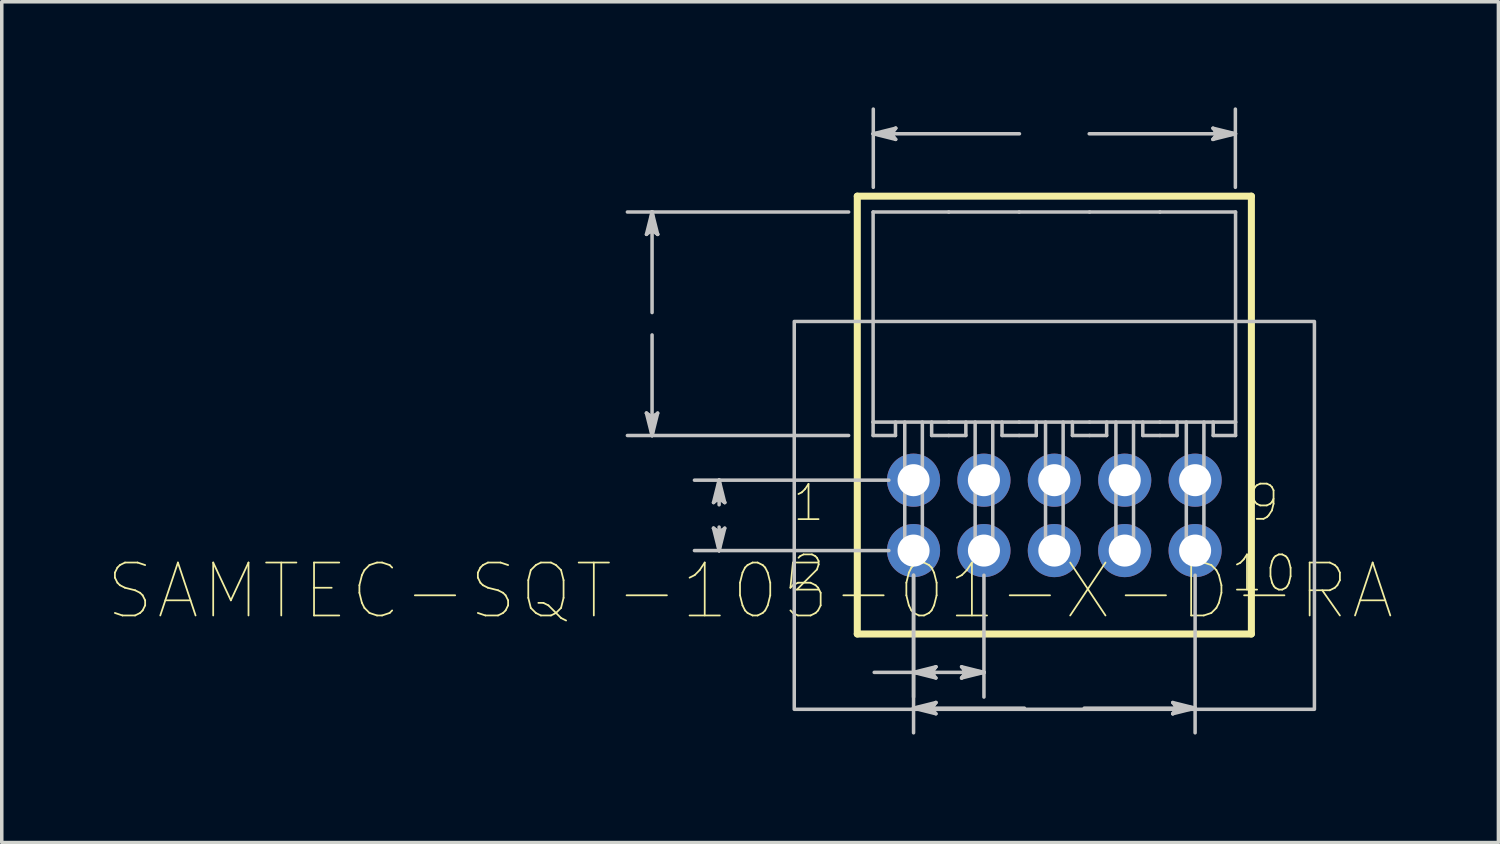
<source format=kicad_pcb>
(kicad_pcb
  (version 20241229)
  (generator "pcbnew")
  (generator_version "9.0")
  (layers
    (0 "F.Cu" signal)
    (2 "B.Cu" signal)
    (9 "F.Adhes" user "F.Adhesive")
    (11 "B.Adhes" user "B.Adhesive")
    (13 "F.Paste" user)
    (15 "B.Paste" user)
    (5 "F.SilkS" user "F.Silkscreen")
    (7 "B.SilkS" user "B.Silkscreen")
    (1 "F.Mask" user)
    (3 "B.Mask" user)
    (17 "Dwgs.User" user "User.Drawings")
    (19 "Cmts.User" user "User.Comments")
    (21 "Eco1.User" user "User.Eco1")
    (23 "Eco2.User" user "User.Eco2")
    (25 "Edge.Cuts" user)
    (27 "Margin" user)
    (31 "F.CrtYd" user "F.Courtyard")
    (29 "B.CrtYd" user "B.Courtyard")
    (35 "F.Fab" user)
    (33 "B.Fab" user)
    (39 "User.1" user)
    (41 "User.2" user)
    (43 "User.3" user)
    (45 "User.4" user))
  (footprint "SAMTEC-SQT-105-01-X-D-RA"
    (layer "F.Cu")
    (at 26.908 6.149)
    (property "Reference" "SAMTEC-SQT-105-01-X-D-RA" (at -8.645 7.596 0) (layer "F.SilkS") (effects (font (size 1.504 1.504) (thickness 0.05))))
    (attr through_hole)
    (fp_circle (center -4 4.445) (end -3.194 4.445) (stroke (width 0) (type solid)) (fill yes) (layer "F.Mask"))
    (fp_circle (center -4 6.445) (end -3.194 6.445) (stroke (width 0) (type solid)) (fill yes) (layer "F.Mask"))
    (fp_circle (center -2 4.445) (end -1.194 4.445) (stroke (width 0) (type solid)) (fill yes) (layer "F.Mask"))
    (fp_circle (center -2 6.445) (end -1.194 6.445) (stroke (width 0) (type solid)) (fill yes) (layer "F.Mask"))
    (fp_circle (center 0 4.445) (end 0.806 4.445) (stroke (width 0) (type solid)) (fill yes) (layer "F.Mask"))
    (fp_circle (center 0 6.445) (end 0.806 6.445) (stroke (width 0) (type solid)) (fill yes) (layer "F.Mask"))
    (fp_circle (center 2 4.445) (end 2.806 4.445) (stroke (width 0) (type solid)) (fill yes) (layer "F.Mask"))
    (fp_circle (center 2 6.445) (end 2.806 6.445) (stroke (width 0) (type solid)) (fill yes) (layer "F.Mask"))
    (fp_circle (center 4 4.445) (end 4.806 4.445) (stroke (width 0) (type solid)) (fill yes) (layer "F.Mask"))
    (fp_circle (center 4 6.445) (end 4.806 6.445) (stroke (width 0) (type solid)) (fill yes) (layer "F.Mask"))
    (fp_circle (center -4 4.445) (end -3.194 4.445) (stroke (width 0) (type solid)) (fill yes) (layer "B.Mask"))
    (fp_circle (center -4 6.445) (end -3.194 6.445) (stroke (width 0) (type solid)) (fill yes) (layer "B.Mask"))
    (fp_circle (center -2 4.445) (end -1.194 4.445) (stroke (width 0) (type solid)) (fill yes) (layer "B.Mask"))
    (fp_circle (center -2 6.445) (end -1.194 6.445) (stroke (width 0) (type solid)) (fill yes) (layer "B.Mask"))
    (fp_circle (center 0 4.445) (end 0.806 4.445) (stroke (width 0) (type solid)) (fill yes) (layer "B.Mask"))
    (fp_circle (center 0 6.445) (end 0.806 6.445) (stroke (width 0) (type solid)) (fill yes) (layer "B.Mask"))
    (fp_circle (center 2 4.445) (end 2.806 4.445) (stroke (width 0) (type solid)) (fill yes) (layer "B.Mask"))
    (fp_circle (center 2 6.445) (end 2.806 6.445) (stroke (width 0) (type solid)) (fill yes) (layer "B.Mask"))
    (fp_circle (center 4 4.445) (end 4.806 4.445) (stroke (width 0) (type solid)) (fill yes) (layer "B.Mask"))
    (fp_circle (center 4 6.445) (end 4.806 6.445) (stroke (width 0) (type solid)) (fill yes) (layer "B.Mask"))
    (fp_line (start -5.599 -3.625) (end -5.599 8.815) (stroke (width 0.2) (type solid)) (layer "F.SilkS"))
    (fp_line (start -5.599 8.815) (end 5.599 8.815) (stroke (width 0.2) (type solid)) (layer "F.SilkS"))
    (fp_line (start 5.599 -3.625) (end -5.599 -3.625) (stroke (width 0.2) (type solid)) (layer "F.SilkS"))
    (fp_line (start 5.599 8.815) (end 5.599 -3.625) (stroke (width 0.2) (type solid)) (layer "F.SilkS"))
    (fp_poly (pts (xy -4.255 7.425) (xy -4.255 8.415) (xy -3.745 8.415) (xy -3.745 7.425) (xy -3.745 7.414) (xy -3.743 7.402) (xy -3.741 7.391) (xy -3.737 7.381) (xy -3.733 7.37) (xy -3.728 7.36) (xy -3.721 7.35) (xy -3.715 7.341) (xy -3.707 7.333) (xy -3.699 7.325) (xy -3.69 7.318) (xy -3.68 7.312) (xy -3.67 7.307) (xy -3.659 7.303) (xy -3.649 7.299) (xy -3.638 7.297) (xy -3.626 7.295) (xy -3.615 7.295) (xy -3.15 7.295) (xy -3.15 5.595) (xy -4.85 5.595) (xy -4.85 7.295) (xy -4.385 7.295) (xy -4.374 7.295) (xy -4.362 7.297) (xy -4.351 7.299) (xy -4.341 7.303) (xy -4.33 7.307) (xy -4.32 7.312) (xy -4.31 7.319) (xy -4.301 7.325) (xy -4.293 7.333) (xy -4.285 7.341) (xy -4.278 7.35) (xy -4.272 7.36) (xy -4.267 7.37) (xy -4.263 7.381) (xy -4.259 7.391) (xy -4.257 7.402) (xy -4.255 7.414) (xy -4.255 7.425)) (stroke (width 0) (type solid)) (fill yes) (layer "F.Paste"))
    (fp_poly (pts (xy -3.745 3.465) (xy -3.745 2.475) (xy -4.255 2.475) (xy -4.255 3.465) (xy -4.255 3.476) (xy -4.257 3.488) (xy -4.259 3.499) (xy -4.263 3.509) (xy -4.267 3.52) (xy -4.272 3.53) (xy -4.279 3.54) (xy -4.285 3.549) (xy -4.293 3.557) (xy -4.301 3.565) (xy -4.31 3.572) (xy -4.32 3.578) (xy -4.33 3.583) (xy -4.341 3.587) (xy -4.351 3.591) (xy -4.362 3.593) (xy -4.374 3.595) (xy -4.385 3.595) (xy -4.85 3.595) (xy -4.85 5.295) (xy -3.15 5.295) (xy -3.15 3.595) (xy -3.615 3.595) (xy -3.626 3.595) (xy -3.638 3.593) (xy -3.649 3.591) (xy -3.659 3.587) (xy -3.67 3.583) (xy -3.68 3.578) (xy -3.69 3.571) (xy -3.699 3.565) (xy -3.707 3.557) (xy -3.715 3.549) (xy -3.721 3.54) (xy -3.728 3.53) (xy -3.733 3.52) (xy -3.737 3.509) (xy -3.741 3.499) (xy -3.743 3.488) (xy -3.745 3.476) (xy -3.745 3.465)) (stroke (width 0) (type solid)) (fill yes) (layer "F.Paste"))
    (fp_poly (pts (xy -2.255 7.425) (xy -2.255 8.415) (xy -1.745 8.415) (xy -1.745 7.425) (xy -1.745 7.414) (xy -1.743 7.402) (xy -1.741 7.391) (xy -1.737 7.381) (xy -1.733 7.37) (xy -1.728 7.36) (xy -1.721 7.35) (xy -1.715 7.341) (xy -1.707 7.333) (xy -1.699 7.325) (xy -1.69 7.318) (xy -1.68 7.312) (xy -1.67 7.307) (xy -1.659 7.303) (xy -1.649 7.299) (xy -1.638 7.297) (xy -1.626 7.295) (xy -1.615 7.295) (xy -1.15 7.295) (xy -1.15 5.595) (xy -2.85 5.595) (xy -2.85 7.295) (xy -2.385 7.295) (xy -2.374 7.295) (xy -2.362 7.297) (xy -2.351 7.299) (xy -2.341 7.303) (xy -2.33 7.307) (xy -2.32 7.312) (xy -2.31 7.319) (xy -2.301 7.325) (xy -2.293 7.333) (xy -2.285 7.341) (xy -2.278 7.35) (xy -2.272 7.36) (xy -2.267 7.37) (xy -2.263 7.381) (xy -2.259 7.391) (xy -2.257 7.402) (xy -2.255 7.414) (xy -2.255 7.425)) (stroke (width 0) (type solid)) (fill yes) (layer "F.Paste"))
    (fp_poly (pts (xy -1.745 3.465) (xy -1.745 2.475) (xy -2.255 2.475) (xy -2.255 3.465) (xy -2.255 3.476) (xy -2.257 3.488) (xy -2.259 3.499) (xy -2.263 3.509) (xy -2.267 3.52) (xy -2.272 3.53) (xy -2.279 3.54) (xy -2.285 3.549) (xy -2.293 3.557) (xy -2.301 3.565) (xy -2.31 3.572) (xy -2.32 3.578) (xy -2.33 3.583) (xy -2.341 3.587) (xy -2.351 3.591) (xy -2.362 3.593) (xy -2.374 3.595) (xy -2.385 3.595) (xy -2.85 3.595) (xy -2.85 5.295) (xy -1.15 5.295) (xy -1.15 3.595) (xy -1.615 3.595) (xy -1.626 3.595) (xy -1.638 3.593) (xy -1.649 3.591) (xy -1.659 3.587) (xy -1.67 3.583) (xy -1.68 3.578) (xy -1.69 3.571) (xy -1.699 3.565) (xy -1.707 3.557) (xy -1.715 3.549) (xy -1.722 3.54) (xy -1.728 3.53) (xy -1.733 3.52) (xy -1.737 3.509) (xy -1.741 3.499) (xy -1.743 3.488) (xy -1.745 3.476) (xy -1.745 3.465)) (stroke (width 0) (type solid)) (fill yes) (layer "F.Paste"))
    (fp_poly (pts (xy -0.255 7.425) (xy -0.255 8.415) (xy 0.255 8.415) (xy 0.255 7.425) (xy 0.255 7.414) (xy 0.257 7.402) (xy 0.259 7.391) (xy 0.263 7.381) (xy 0.267 7.37) (xy 0.272 7.36) (xy 0.279 7.35) (xy 0.285 7.341) (xy 0.293 7.333) (xy 0.301 7.325) (xy 0.31 7.318) (xy 0.32 7.312) (xy 0.33 7.307) (xy 0.341 7.303) (xy 0.351 7.299) (xy 0.362 7.297) (xy 0.374 7.295) (xy 0.385 7.295) (xy 0.85 7.295) (xy 0.85 5.595) (xy -0.85 5.595) (xy -0.85 7.295) (xy -0.385 7.295) (xy -0.374 7.295) (xy -0.362 7.297) (xy -0.351 7.299) (xy -0.341 7.303) (xy -0.33 7.307) (xy -0.32 7.312) (xy -0.31 7.319) (xy -0.301 7.325) (xy -0.293 7.333) (xy -0.285 7.341) (xy -0.278 7.35) (xy -0.272 7.36) (xy -0.267 7.37) (xy -0.263 7.381) (xy -0.259 7.391) (xy -0.257 7.402) (xy -0.255 7.414) (xy -0.255 7.425)) (stroke (width 0) (type solid)) (fill yes) (layer "F.Paste"))
    (fp_poly (pts (xy 0.255 3.465) (xy 0.255 2.475) (xy -0.255 2.475) (xy -0.255 3.465) (xy -0.255 3.476) (xy -0.257 3.488) (xy -0.259 3.499) (xy -0.263 3.509) (xy -0.267 3.52) (xy -0.272 3.53) (xy -0.279 3.54) (xy -0.285 3.549) (xy -0.293 3.557) (xy -0.301 3.565) (xy -0.31 3.572) (xy -0.32 3.578) (xy -0.33 3.583) (xy -0.341 3.587) (xy -0.351 3.591) (xy -0.362 3.593) (xy -0.374 3.595) (xy -0.385 3.595) (xy -0.85 3.595) (xy -0.85 5.295) (xy 0.85 5.295) (xy 0.85 3.595) (xy 0.385 3.595) (xy 0.374 3.595) (xy 0.362 3.593) (xy 0.351 3.591) (xy 0.341 3.587) (xy 0.33 3.583) (xy 0.32 3.578) (xy 0.31 3.571) (xy 0.301 3.565) (xy 0.293 3.557) (xy 0.285 3.549) (xy 0.278 3.54) (xy 0.272 3.53) (xy 0.267 3.52) (xy 0.263 3.509) (xy 0.259 3.499) (xy 0.257 3.488) (xy 0.255 3.476) (xy 0.255 3.465)) (stroke (width 0) (type solid)) (fill yes) (layer "F.Paste"))
    (fp_poly (pts (xy 1.745 7.425) (xy 1.745 8.415) (xy 2.255 8.415) (xy 2.255 7.425) (xy 2.255 7.414) (xy 2.257 7.402) (xy 2.259 7.391) (xy 2.263 7.381) (xy 2.267 7.37) (xy 2.272 7.36) (xy 2.279 7.35) (xy 2.285 7.341) (xy 2.293 7.333) (xy 2.301 7.325) (xy 2.31 7.318) (xy 2.32 7.312) (xy 2.33 7.307) (xy 2.341 7.303) (xy 2.351 7.299) (xy 2.362 7.297) (xy 2.374 7.295) (xy 2.385 7.295) (xy 2.85 7.295) (xy 2.85 5.595) (xy 1.15 5.595) (xy 1.15 7.295) (xy 1.615 7.295) (xy 1.626 7.295) (xy 1.638 7.297) (xy 1.649 7.299) (xy 1.659 7.303) (xy 1.67 7.307) (xy 1.68 7.312) (xy 1.69 7.319) (xy 1.699 7.325) (xy 1.707 7.333) (xy 1.715 7.341) (xy 1.722 7.35) (xy 1.728 7.36) (xy 1.733 7.37) (xy 1.737 7.381) (xy 1.741 7.391) (xy 1.743 7.402) (xy 1.745 7.414) (xy 1.745 7.425)) (stroke (width 0) (type solid)) (fill yes) (layer "F.Paste"))
    (fp_poly (pts (xy 2.255 3.465) (xy 2.255 2.475) (xy 1.745 2.475) (xy 1.745 3.465) (xy 1.745 3.476) (xy 1.743 3.488) (xy 1.741 3.499) (xy 1.737 3.509) (xy 1.733 3.52) (xy 1.728 3.53) (xy 1.721 3.54) (xy 1.715 3.549) (xy 1.707 3.557) (xy 1.699 3.565) (xy 1.69 3.572) (xy 1.68 3.578) (xy 1.67 3.583) (xy 1.659 3.587) (xy 1.649 3.591) (xy 1.638 3.593) (xy 1.626 3.595) (xy 1.615 3.595) (xy 1.15 3.595) (xy 1.15 5.295) (xy 2.85 5.295) (xy 2.85 3.595) (xy 2.385 3.595) (xy 2.374 3.595) (xy 2.362 3.593) (xy 2.351 3.591) (xy 2.341 3.587) (xy 2.33 3.583) (xy 2.32 3.578) (xy 2.31 3.571) (xy 2.301 3.565) (xy 2.293 3.557) (xy 2.285 3.549) (xy 2.278 3.54) (xy 2.272 3.53) (xy 2.267 3.52) (xy 2.263 3.509) (xy 2.259 3.499) (xy 2.257 3.488) (xy 2.255 3.476) (xy 2.255 3.465)) (stroke (width 0) (type solid)) (fill yes) (layer "F.Paste"))
    (fp_poly (pts (xy 3.745 7.425) (xy 3.745 8.415) (xy 4.255 8.415) (xy 4.255 7.425) (xy 4.255 7.414) (xy 4.257 7.402) (xy 4.259 7.391) (xy 4.263 7.381) (xy 4.267 7.37) (xy 4.272 7.36) (xy 4.279 7.35) (xy 4.285 7.341) (xy 4.293 7.333) (xy 4.301 7.325) (xy 4.31 7.318) (xy 4.32 7.312) (xy 4.33 7.307) (xy 4.341 7.303) (xy 4.351 7.299) (xy 4.362 7.297) (xy 4.374 7.295) (xy 4.385 7.295) (xy 4.85 7.295) (xy 4.85 5.595) (xy 3.15 5.595) (xy 3.15 7.295) (xy 3.615 7.295) (xy 3.626 7.295) (xy 3.638 7.297) (xy 3.649 7.299) (xy 3.659 7.303) (xy 3.67 7.307) (xy 3.68 7.312) (xy 3.69 7.319) (xy 3.699 7.325) (xy 3.707 7.333) (xy 3.715 7.341) (xy 3.721 7.35) (xy 3.728 7.36) (xy 3.733 7.37) (xy 3.737 7.381) (xy 3.741 7.391) (xy 3.743 7.402) (xy 3.745 7.414) (xy 3.745 7.425)) (stroke (width 0) (type solid)) (fill yes) (layer "F.Paste"))
    (fp_poly (pts (xy 4.255 3.465) (xy 4.255 2.475) (xy 3.745 2.475) (xy 3.745 3.465) (xy 3.745 3.476) (xy 3.743 3.488) (xy 3.741 3.499) (xy 3.737 3.509) (xy 3.733 3.52) (xy 3.728 3.53) (xy 3.721 3.54) (xy 3.715 3.549) (xy 3.707 3.557) (xy 3.699 3.565) (xy 3.69 3.572) (xy 3.68 3.578) (xy 3.67 3.583) (xy 3.659 3.587) (xy 3.649 3.591) (xy 3.638 3.593) (xy 3.626 3.595) (xy 3.615 3.595) (xy 3.15 3.595) (xy 3.15 5.295) (xy 4.85 5.295) (xy 4.85 3.595) (xy 4.385 3.595) (xy 4.374 3.595) (xy 4.362 3.593) (xy 4.351 3.591) (xy 4.341 3.587) (xy 4.33 3.583) (xy 4.32 3.578) (xy 4.31 3.571) (xy 4.301 3.565) (xy 4.293 3.557) (xy 4.285 3.549) (xy 4.278 3.54) (xy 4.272 3.53) (xy 4.267 3.52) (xy 4.263 3.509) (xy 4.259 3.499) (xy 4.257 3.488) (xy 4.255 3.476) (xy 4.255 3.465)) (stroke (width 0) (type solid)) (fill yes) (layer "F.Paste"))
    (fp_line (start -11.589 -2.54) (end -11.43 -2.667) (stroke (width 0.1) (type solid)) (layer "Dwgs.User"))
    (fp_line (start -11.589 2.54) (end -11.43 3.175) (stroke (width 0.1) (type solid)) (layer "Dwgs.User"))
    (fp_line (start -11.509 -2.604) (end -11.43 -2.667) (stroke (width 0.1) (type solid)) (layer "Dwgs.User"))
    (fp_line (start -11.509 2.604) (end -11.589 2.54) (stroke (width 0.1) (type solid)) (layer "Dwgs.User"))
    (fp_line (start -11.43 -3.175) (end -11.589 -2.54) (stroke (width 0.1) (type solid)) (layer "Dwgs.User"))
    (fp_line (start -11.43 -3.175) (end -11.509 -2.604) (stroke (width 0.1) (type solid)) (layer "Dwgs.User"))
    (fp_line (start -11.43 -3.175) (end -11.351 -2.604) (stroke (width 0.1) (type solid)) (layer "Dwgs.User"))
    (fp_line (start -11.43 -2.667) (end -11.43 -3.175) (stroke (width 0.1) (type solid)) (layer "Dwgs.User"))
    (fp_line (start -11.43 -2.667) (end -11.271 -2.54) (stroke (width 0.1) (type solid)) (layer "Dwgs.User"))
    (fp_line (start -11.43 -0.318) (end -11.43 -3.175) (stroke (width 0.1) (type solid)) (layer "Dwgs.User"))
    (fp_line (start -11.43 0.318) (end -11.43 3.175) (stroke (width 0.1) (type solid)) (layer "Dwgs.User"))
    (fp_line (start -11.43 2.667) (end -11.589 2.54) (stroke (width 0.1) (type solid)) (layer "Dwgs.User"))
    (fp_line (start -11.43 2.667) (end -11.43 3.175) (stroke (width 0.1) (type solid)) (layer "Dwgs.User"))
    (fp_line (start -11.43 3.175) (end -11.509 2.604) (stroke (width 0.1) (type solid)) (layer "Dwgs.User"))
    (fp_line (start -11.43 3.175) (end -11.351 2.604) (stroke (width 0.1) (type solid)) (layer "Dwgs.User"))
    (fp_line (start -11.43 3.175) (end -11.271 2.54) (stroke (width 0.1) (type solid)) (layer "Dwgs.User"))
    (fp_line (start -11.351 -2.604) (end -11.271 -2.54) (stroke (width 0.1) (type solid)) (layer "Dwgs.User"))
    (fp_line (start -11.351 2.604) (end -11.43 2.667) (stroke (width 0.1) (type solid)) (layer "Dwgs.User"))
    (fp_line (start -11.271 -2.54) (end -11.43 -3.175) (stroke (width 0.1) (type solid)) (layer "Dwgs.User"))
    (fp_line (start -11.271 2.54) (end -11.43 2.667) (stroke (width 0.1) (type solid)) (layer "Dwgs.User"))
    (fp_line (start -9.684 5.08) (end -9.525 4.953) (stroke (width 0.1) (type solid)) (layer "Dwgs.User"))
    (fp_line (start -9.684 5.81) (end -9.525 6.445) (stroke (width 0.1) (type solid)) (layer "Dwgs.User"))
    (fp_line (start -9.604 5.016) (end -9.525 4.953) (stroke (width 0.1) (type solid)) (layer "Dwgs.User"))
    (fp_line (start -9.604 5.873) (end -9.684 5.81) (stroke (width 0.1) (type solid)) (layer "Dwgs.User"))
    (fp_line (start -9.525 4.445) (end -9.684 5.08) (stroke (width 0.1) (type solid)) (layer "Dwgs.User"))
    (fp_line (start -9.525 4.445) (end -9.604 5.016) (stroke (width 0.1) (type solid)) (layer "Dwgs.User"))
    (fp_line (start -9.525 4.445) (end -9.446 5.016) (stroke (width 0.1) (type solid)) (layer "Dwgs.User"))
    (fp_line (start -9.525 4.953) (end -9.525 4.445) (stroke (width 0.1) (type solid)) (layer "Dwgs.User"))
    (fp_line (start -9.525 4.953) (end -9.366 5.08) (stroke (width 0.1) (type solid)) (layer "Dwgs.User"))
    (fp_line (start -9.525 5.144) (end -9.525 4.445) (stroke (width 0.1) (type solid)) (layer "Dwgs.User"))
    (fp_line (start -9.525 5.778) (end -9.525 6.445) (stroke (width 0.1) (type solid)) (layer "Dwgs.User"))
    (fp_line (start -9.525 5.937) (end -9.684 5.81) (stroke (width 0.1) (type solid)) (layer "Dwgs.User"))
    (fp_line (start -9.525 5.937) (end -9.525 6.445) (stroke (width 0.1) (type solid)) (layer "Dwgs.User"))
    (fp_line (start -9.525 6.445) (end -9.604 5.873) (stroke (width 0.1) (type solid)) (layer "Dwgs.User"))
    (fp_line (start -9.525 6.445) (end -9.446 5.873) (stroke (width 0.1) (type solid)) (layer "Dwgs.User"))
    (fp_line (start -9.525 6.445) (end -9.366 5.81) (stroke (width 0.1) (type solid)) (layer "Dwgs.User"))
    (fp_line (start -9.446 5.016) (end -9.366 5.08) (stroke (width 0.1) (type solid)) (layer "Dwgs.User"))
    (fp_line (start -9.446 5.873) (end -9.525 5.937) (stroke (width 0.1) (type solid)) (layer "Dwgs.User"))
    (fp_line (start -9.366 5.08) (end -9.525 4.445) (stroke (width 0.1) (type solid)) (layer "Dwgs.User"))
    (fp_line (start -9.366 5.81) (end -9.525 5.937) (stroke (width 0.1) (type solid)) (layer "Dwgs.User"))
    (fp_line (start -5.845 -3.175) (end -12.131 -3.175) (stroke (width 0.1) (type solid)) (layer "Dwgs.User"))
    (fp_line (start -5.845 3.175) (end -12.131 3.175) (stroke (width 0.1) (type solid)) (layer "Dwgs.User"))
    (fp_line (start -5.149 -3.175) (end -5.149 2.794) (stroke (width 0.1) (type solid)) (layer "Dwgs.User"))
    (fp_line (start -5.149 2.794) (end -5.149 3.175) (stroke (width 0.1) (type solid)) (layer "Dwgs.User"))
    (fp_line (start -5.149 2.794) (end -3 2.794) (stroke (width 0.1) (type solid)) (layer "Dwgs.User"))
    (fp_line (start -5.149 3.175) (end -4.514 3.175) (stroke (width 0.1) (type solid)) (layer "Dwgs.User"))
    (fp_line (start -5.144 -5.398) (end -4.572 -5.477) (stroke (width 0.1) (type solid)) (layer "Dwgs.User"))
    (fp_line (start -5.144 -5.398) (end -4.572 -5.318) (stroke (width 0.1) (type solid)) (layer "Dwgs.User"))
    (fp_line (start -5.144 -5.398) (end -4.508 -5.239) (stroke (width 0.1) (type solid)) (layer "Dwgs.User"))
    (fp_line (start -5.144 -3.876) (end -5.144 -6.099) (stroke (width 0.1) (type solid)) (layer "Dwgs.User"))
    (fp_line (start -5.118 9.906) (end -4 9.906) (stroke (width 0.1) (type solid)) (layer "Dwgs.User"))
    (fp_line (start -4.701 4.445) (end -10.226 4.445) (stroke (width 0.1) (type solid)) (layer "Dwgs.User"))
    (fp_line (start -4.701 6.445) (end -10.226 6.445) (stroke (width 0.1) (type solid)) (layer "Dwgs.User"))
    (fp_line (start -4.636 -5.398) (end -5.144 -5.398) (stroke (width 0.1) (type solid)) (layer "Dwgs.User"))
    (fp_line (start -4.636 -5.398) (end -4.508 -5.556) (stroke (width 0.1) (type solid)) (layer "Dwgs.User"))
    (fp_line (start -4.572 -5.477) (end -4.508 -5.556) (stroke (width 0.1) (type solid)) (layer "Dwgs.User"))
    (fp_line (start -4.572 -5.318) (end -4.636 -5.398) (stroke (width 0.1) (type solid)) (layer "Dwgs.User"))
    (fp_line (start -4.514 3.175) (end -4.514 2.794) (stroke (width 0.1) (type solid)) (layer "Dwgs.User"))
    (fp_line (start -4.508 -5.556) (end -5.144 -5.398) (stroke (width 0.1) (type solid)) (layer "Dwgs.User"))
    (fp_line (start -4.508 -5.239) (end -4.636 -5.398) (stroke (width 0.1) (type solid)) (layer "Dwgs.User"))
    (fp_line (start -4.25 2.794) (end -4.25 6.695) (stroke (width 0.1) (type solid)) (layer "Dwgs.User"))
    (fp_line (start -4.25 6.695) (end -3.75 6.695) (stroke (width 0.1) (type solid)) (layer "Dwgs.User"))
    (fp_line (start -4 7.146) (end -4 10.607) (stroke (width 0.1) (type solid)) (layer "Dwgs.User"))
    (fp_line (start -4 7.146) (end -4 11.623) (stroke (width 0.1) (type solid)) (layer "Dwgs.User"))
    (fp_line (start -4 9.906) (end -3.428 9.827) (stroke (width 0.1) (type solid)) (layer "Dwgs.User"))
    (fp_line (start -4 9.906) (end -3.428 9.985) (stroke (width 0.1) (type solid)) (layer "Dwgs.User"))
    (fp_line (start -4 9.906) (end -3.365 10.065) (stroke (width 0.1) (type solid)) (layer "Dwgs.User"))
    (fp_line (start -4 9.906) (end -2 9.906) (stroke (width 0.1) (type solid)) (layer "Dwgs.User"))
    (fp_line (start -4 10.922) (end -3.428 10.843) (stroke (width 0.1) (type solid)) (layer "Dwgs.User"))
    (fp_line (start -4 10.922) (end -3.428 11.001) (stroke (width 0.1) (type solid)) (layer "Dwgs.User"))
    (fp_line (start -4 10.922) (end -3.365 11.081) (stroke (width 0.1) (type solid)) (layer "Dwgs.User"))
    (fp_line (start -3.75 6.695) (end -3.75 2.794) (stroke (width 0.1) (type solid)) (layer "Dwgs.User"))
    (fp_line (start -3.492 9.906) (end -4 9.906) (stroke (width 0.1) (type solid)) (layer "Dwgs.User"))
    (fp_line (start -3.492 9.906) (end -3.365 9.747) (stroke (width 0.1) (type solid)) (layer "Dwgs.User"))
    (fp_line (start -3.492 10.922) (end -4 10.922) (stroke (width 0.1) (type solid)) (layer "Dwgs.User"))
    (fp_line (start -3.492 10.922) (end -3.365 10.763) (stroke (width 0.1) (type solid)) (layer "Dwgs.User"))
    (fp_line (start -3.486 2.794) (end -3.486 3.175) (stroke (width 0.1) (type solid)) (layer "Dwgs.User"))
    (fp_line (start -3.486 3.175) (end -3 3.175) (stroke (width 0.1) (type solid)) (layer "Dwgs.User"))
    (fp_line (start -3.428 9.827) (end -3.365 9.747) (stroke (width 0.1) (type solid)) (layer "Dwgs.User"))
    (fp_line (start -3.428 9.985) (end -3.492 9.906) (stroke (width 0.1) (type solid)) (layer "Dwgs.User"))
    (fp_line (start -3.428 10.843) (end -3.365 10.763) (stroke (width 0.1) (type solid)) (layer "Dwgs.User"))
    (fp_line (start -3.428 11.001) (end -3.492 10.922) (stroke (width 0.1) (type solid)) (layer "Dwgs.User"))
    (fp_line (start -3.365 9.747) (end -4 9.906) (stroke (width 0.1) (type solid)) (layer "Dwgs.User"))
    (fp_line (start -3.365 10.065) (end -3.492 9.906) (stroke (width 0.1) (type solid)) (layer "Dwgs.User"))
    (fp_line (start -3.365 10.763) (end -4 10.922) (stroke (width 0.1) (type solid)) (layer "Dwgs.User"))
    (fp_line (start -3.365 11.081) (end -3.492 10.922) (stroke (width 0.1) (type solid)) (layer "Dwgs.User"))
    (fp_line (start -3 -3.175) (end -5.149 -3.175) (stroke (width 0.1) (type solid)) (layer "Dwgs.User"))
    (fp_line (start -3 -3.175) (end -1 -3.175) (stroke (width 0.1) (type solid)) (layer "Dwgs.User"))
    (fp_line (start -3 2.794) (end -1 2.794) (stroke (width 0.1) (type solid)) (layer "Dwgs.User"))
    (fp_line (start -2.635 9.747) (end -2.508 9.906) (stroke (width 0.1) (type solid)) (layer "Dwgs.User"))
    (fp_line (start -2.635 10.065) (end -2 9.906) (stroke (width 0.1) (type solid)) (layer "Dwgs.User"))
    (fp_line (start -2.571 9.827) (end -2.508 9.906) (stroke (width 0.1) (type solid)) (layer "Dwgs.User"))
    (fp_line (start -2.571 9.985) (end -2.635 10.065) (stroke (width 0.1) (type solid)) (layer "Dwgs.User"))
    (fp_line (start -2.514 2.794) (end -2.514 3.175) (stroke (width 0.1) (type solid)) (layer "Dwgs.User"))
    (fp_line (start -2.514 3.175) (end -3 3.175) (stroke (width 0.1) (type solid)) (layer "Dwgs.User"))
    (fp_line (start -2.508 9.906) (end -2.635 10.065) (stroke (width 0.1) (type solid)) (layer "Dwgs.User"))
    (fp_line (start -2.508 9.906) (end -2 9.906) (stroke (width 0.1) (type solid)) (layer "Dwgs.User"))
    (fp_line (start -2.25 2.794) (end -2.25 6.695) (stroke (width 0.1) (type solid)) (layer "Dwgs.User"))
    (fp_line (start -2.25 6.695) (end -1.75 6.695) (stroke (width 0.1) (type solid)) (layer "Dwgs.User"))
    (fp_line (start -2 7.146) (end -2 10.607) (stroke (width 0.1) (type solid)) (layer "Dwgs.User"))
    (fp_line (start -2 9.906) (end -2.635 9.747) (stroke (width 0.1) (type solid)) (layer "Dwgs.User"))
    (fp_line (start -2 9.906) (end -2.571 9.827) (stroke (width 0.1) (type solid)) (layer "Dwgs.User"))
    (fp_line (start -2 9.906) (end -2.571 9.985) (stroke (width 0.1) (type solid)) (layer "Dwgs.User"))
    (fp_line (start -1.75 6.695) (end -1.75 2.794) (stroke (width 0.1) (type solid)) (layer "Dwgs.User"))
    (fp_line (start -1.486 2.794) (end -1.486 3.175) (stroke (width 0.1) (type solid)) (layer "Dwgs.User"))
    (fp_line (start -1.486 3.175) (end -1 3.175) (stroke (width 0.1) (type solid)) (layer "Dwgs.User"))
    (fp_line (start -1 -3.175) (end 1 -3.175) (stroke (width 0.1) (type solid)) (layer "Dwgs.User"))
    (fp_line (start -1 2.794) (end 1 2.794) (stroke (width 0.1) (type solid)) (layer "Dwgs.User"))
    (fp_line (start -0.991 -5.398) (end -5.144 -5.398) (stroke (width 0.1) (type solid)) (layer "Dwgs.User"))
    (fp_line (start -0.851 10.922) (end -4 10.922) (stroke (width 0.1) (type solid)) (layer "Dwgs.User"))
    (fp_line (start -0.514 2.794) (end -0.514 3.175) (stroke (width 0.1) (type solid)) (layer "Dwgs.User"))
    (fp_line (start -0.514 3.175) (end -1 3.175) (stroke (width 0.1) (type solid)) (layer "Dwgs.User"))
    (fp_line (start -0.25 2.794) (end -0.25 6.695) (stroke (width 0.1) (type solid)) (layer "Dwgs.User"))
    (fp_line (start -0.25 6.695) (end 0.25 6.695) (stroke (width 0.1) (type solid)) (layer "Dwgs.User"))
    (fp_line (start 0.25 6.695) (end 0.25 2.794) (stroke (width 0.1) (type solid)) (layer "Dwgs.User"))
    (fp_line (start 0.514 2.794) (end 0.514 3.175) (stroke (width 0.1) (type solid)) (layer "Dwgs.User"))
    (fp_line (start 0.514 3.175) (end 1 3.175) (stroke (width 0.1) (type solid)) (layer "Dwgs.User"))
    (fp_line (start 0.851 10.922) (end 4 10.922) (stroke (width 0.1) (type solid)) (layer "Dwgs.User"))
    (fp_line (start 0.991 -5.398) (end 5.144 -5.398) (stroke (width 0.1) (type solid)) (layer "Dwgs.User"))
    (fp_line (start 1 -3.175) (end 3 -3.175) (stroke (width 0.1) (type solid)) (layer "Dwgs.User"))
    (fp_line (start 1 2.794) (end 3 2.794) (stroke (width 0.1) (type solid)) (layer "Dwgs.User"))
    (fp_line (start 1.486 2.794) (end 1.486 3.175) (stroke (width 0.1) (type solid)) (layer "Dwgs.User"))
    (fp_line (start 1.486 3.175) (end 1 3.175) (stroke (width 0.1) (type solid)) (layer "Dwgs.User"))
    (fp_line (start 1.75 2.794) (end 1.75 6.695) (stroke (width 0.1) (type solid)) (layer "Dwgs.User"))
    (fp_line (start 1.75 6.695) (end 2.25 6.695) (stroke (width 0.1) (type solid)) (layer "Dwgs.User"))
    (fp_line (start 2.25 6.695) (end 2.25 2.794) (stroke (width 0.1) (type solid)) (layer "Dwgs.User"))
    (fp_line (start 2.514 2.794) (end 2.514 3.175) (stroke (width 0.1) (type solid)) (layer "Dwgs.User"))
    (fp_line (start 2.514 3.175) (end 3 3.175) (stroke (width 0.1) (type solid)) (layer "Dwgs.User"))
    (fp_line (start 3 -3.175) (end 5.149 -3.175) (stroke (width 0.1) (type solid)) (layer "Dwgs.User"))
    (fp_line (start 3.365 10.763) (end 3.492 10.922) (stroke (width 0.1) (type solid)) (layer "Dwgs.User"))
    (fp_line (start 3.365 11.081) (end 4 10.922) (stroke (width 0.1) (type solid)) (layer "Dwgs.User"))
    (fp_line (start 3.428 10.843) (end 3.492 10.922) (stroke (width 0.1) (type solid)) (layer "Dwgs.User"))
    (fp_line (start 3.428 11.001) (end 3.365 11.081) (stroke (width 0.1) (type solid)) (layer "Dwgs.User"))
    (fp_line (start 3.486 2.794) (end 3.486 3.175) (stroke (width 0.1) (type solid)) (layer "Dwgs.User"))
    (fp_line (start 3.486 3.175) (end 3 3.175) (stroke (width 0.1) (type solid)) (layer "Dwgs.User"))
    (fp_line (start 3.492 10.922) (end 3.365 11.081) (stroke (width 0.1) (type solid)) (layer "Dwgs.User"))
    (fp_line (start 3.492 10.922) (end 4 10.922) (stroke (width 0.1) (type solid)) (layer "Dwgs.User"))
    (fp_line (start 3.75 6.695) (end 3.75 2.794) (stroke (width 0.1) (type solid)) (layer "Dwgs.User"))
    (fp_line (start 4 7.146) (end 4 11.623) (stroke (width 0.1) (type solid)) (layer "Dwgs.User"))
    (fp_line (start 4 10.922) (end 3.365 10.763) (stroke (width 0.1) (type solid)) (layer "Dwgs.User"))
    (fp_line (start 4 10.922) (end 3.428 10.843) (stroke (width 0.1) (type solid)) (layer "Dwgs.User"))
    (fp_line (start 4 10.922) (end 3.428 11.001) (stroke (width 0.1) (type solid)) (layer "Dwgs.User"))
    (fp_line (start 4.25 2.794) (end 4.25 6.695) (stroke (width 0.1) (type solid)) (layer "Dwgs.User"))
    (fp_line (start 4.25 6.695) (end 3.75 6.695) (stroke (width 0.1) (type solid)) (layer "Dwgs.User"))
    (fp_line (start 4.508 -5.556) (end 4.636 -5.398) (stroke (width 0.1) (type solid)) (layer "Dwgs.User"))
    (fp_line (start 4.508 -5.239) (end 5.144 -5.398) (stroke (width 0.1) (type solid)) (layer "Dwgs.User"))
    (fp_line (start 4.514 3.175) (end 4.514 2.794) (stroke (width 0.1) (type solid)) (layer "Dwgs.User"))
    (fp_line (start 4.572 -5.477) (end 4.636 -5.398) (stroke (width 0.1) (type solid)) (layer "Dwgs.User"))
    (fp_line (start 4.572 -5.318) (end 4.508 -5.239) (stroke (width 0.1) (type solid)) (layer "Dwgs.User"))
    (fp_line (start 4.636 -5.398) (end 4.508 -5.239) (stroke (width 0.1) (type solid)) (layer "Dwgs.User"))
    (fp_line (start 4.636 -5.398) (end 5.144 -5.398) (stroke (width 0.1) (type solid)) (layer "Dwgs.User"))
    (fp_line (start 5.144 -5.398) (end 4.508 -5.556) (stroke (width 0.1) (type solid)) (layer "Dwgs.User"))
    (fp_line (start 5.144 -5.398) (end 4.572 -5.477) (stroke (width 0.1) (type solid)) (layer "Dwgs.User"))
    (fp_line (start 5.144 -5.398) (end 4.572 -5.318) (stroke (width 0.1) (type solid)) (layer "Dwgs.User"))
    (fp_line (start 5.144 -3.876) (end 5.144 -6.099) (stroke (width 0.1) (type solid)) (layer "Dwgs.User"))
    (fp_line (start 5.149 -3.175) (end 5.149 2.794) (stroke (width 0.1) (type solid)) (layer "Dwgs.User"))
    (fp_line (start 5.149 2.794) (end 3 2.794) (stroke (width 0.1) (type solid)) (layer "Dwgs.User"))
    (fp_line (start 5.149 2.794) (end 5.149 3.175) (stroke (width 0.1) (type solid)) (layer "Dwgs.User"))
    (fp_line (start 5.149 3.175) (end 4.514 3.175) (stroke (width 0.1) (type solid)) (layer "Dwgs.User"))
    (fp_poly (pts (xy -7.39 10.955) (xy -7.39 -0.065) (xy 7.39 -0.065) (xy 7.39 10.955) (xy -7.39 10.955)) (stroke (width 0.1) (type solid)) (fill no) (layer "Dwgs.User"))
    (fp_poly (pts (xy -5.199 8.415) (xy -5.199 -3.225) (xy 5.199 -3.225) (xy 5.199 8.415) (xy -5.199 8.415)) (stroke (width 0.1) (type solid)) (fill no) (layer "Eco1.User"))
    (fp_text user "9" (at 5.943 5.083 0) (layer "F.SilkS") (effects (font (size 1 1) (thickness 0.05))))
    (fp_text user "2" (at -6.983 7.094 0) (layer "F.SilkS") (effects (font (size 1 1) (thickness 0.05))))
    (fp_text user "1" (at -6.985 5.092 0) (layer "F.SilkS") (effects (font (size 1 1) (thickness 0.05))))
    (fp_text user "10" (at 5.951 7.094 0) (layer "F.SilkS") (effects (font (size 1 1) (thickness 0.05))))
    (fp_text user "1" (at -6.992 5.097 0) (layer "Edge.Cuts") (effects (font (size 1 1) (thickness 0.05))))
    (fp_text user "2.000" (at -10.209 5.601 0) (layer "Edge.Cuts") (effects (font (size 1 1) (thickness 0.05))))
    (fp_text user "2" (at -6.987 7.098 0) (layer "Edge.Cuts") (effects (font (size 1 1) (thickness 0.05))))
    (fp_text user "2.000" (at -6.637 10.045 0) (layer "Edge.Cuts") (effects (font (size 1 1) (thickness 0.05))))
    (fp_text user "8.000" (at -0.661 11.068 0) (layer "Edge.Cuts") (effects (font (size 1 1) (thickness 0.05))))
    (fp_text user "6.350" (at -12.108 0.127 0) (layer "Edge.Cuts") (effects (font (size 1 1) (thickness 0.05))))
    (fp_text user "10" (at 5.955 7.099 0) (layer "Edge.Cuts") (effects (font (size 1 1) (thickness 0.05))))
    (fp_text user "9" (at 5.946 5.086 0) (layer "Edge.Cuts") (effects (font (size 1 1) (thickness 0.05))))
    (fp_text user "10.287" (at -0.802 -5.281 0) (layer "Edge.Cuts") (effects (font (size 1 1) (thickness 0.05))))
    (pad "1" thru_hole circle (at -4 4.445) (size 1.51 1.51) (drill 0.91) (layers "*.Cu" "*.Mask"))
    (pad "2" thru_hole circle (at -4 6.445) (size 1.51 1.51) (drill 0.91) (layers "*.Cu" "*.Mask"))
    (pad "3" thru_hole circle (at -2 4.445) (size 1.51 1.51) (drill 0.91) (layers "*.Cu" "*.Mask"))
    (pad "4" thru_hole circle (at -2 6.445) (size 1.51 1.51) (drill 0.91) (layers "*.Cu" "*.Mask"))
    (pad "5" thru_hole circle (at 0 4.445) (size 1.51 1.51) (drill 0.91) (layers "*.Cu" "*.Mask"))
    (pad "6" thru_hole circle (at 0 6.445) (size 1.51 1.51) (drill 0.91) (layers "*.Cu" "*.Mask"))
    (pad "7" thru_hole circle (at 2 4.445) (size 1.51 1.51) (drill 0.91) (layers "*.Cu" "*.Mask"))
    (pad "8" thru_hole circle (at 2 6.445) (size 1.51 1.51) (drill 0.91) (layers "*.Cu" "*.Mask"))
    (pad "9" thru_hole circle (at 4 4.445) (size 1.51 1.51) (drill 0.91) (layers "*.Cu" "*.Mask"))
    (pad "10" thru_hole circle (at 4 6.445) (size 1.51 1.51) (drill 0.91) (layers "*.Cu" "*.Mask")))
  (gr_rect
    (start -3 -3)
    (end 39.526 20.89)
    (stroke (width 0.1) (type default))
    (fill no)
    (layer "Edge.Cuts")))
</source>
